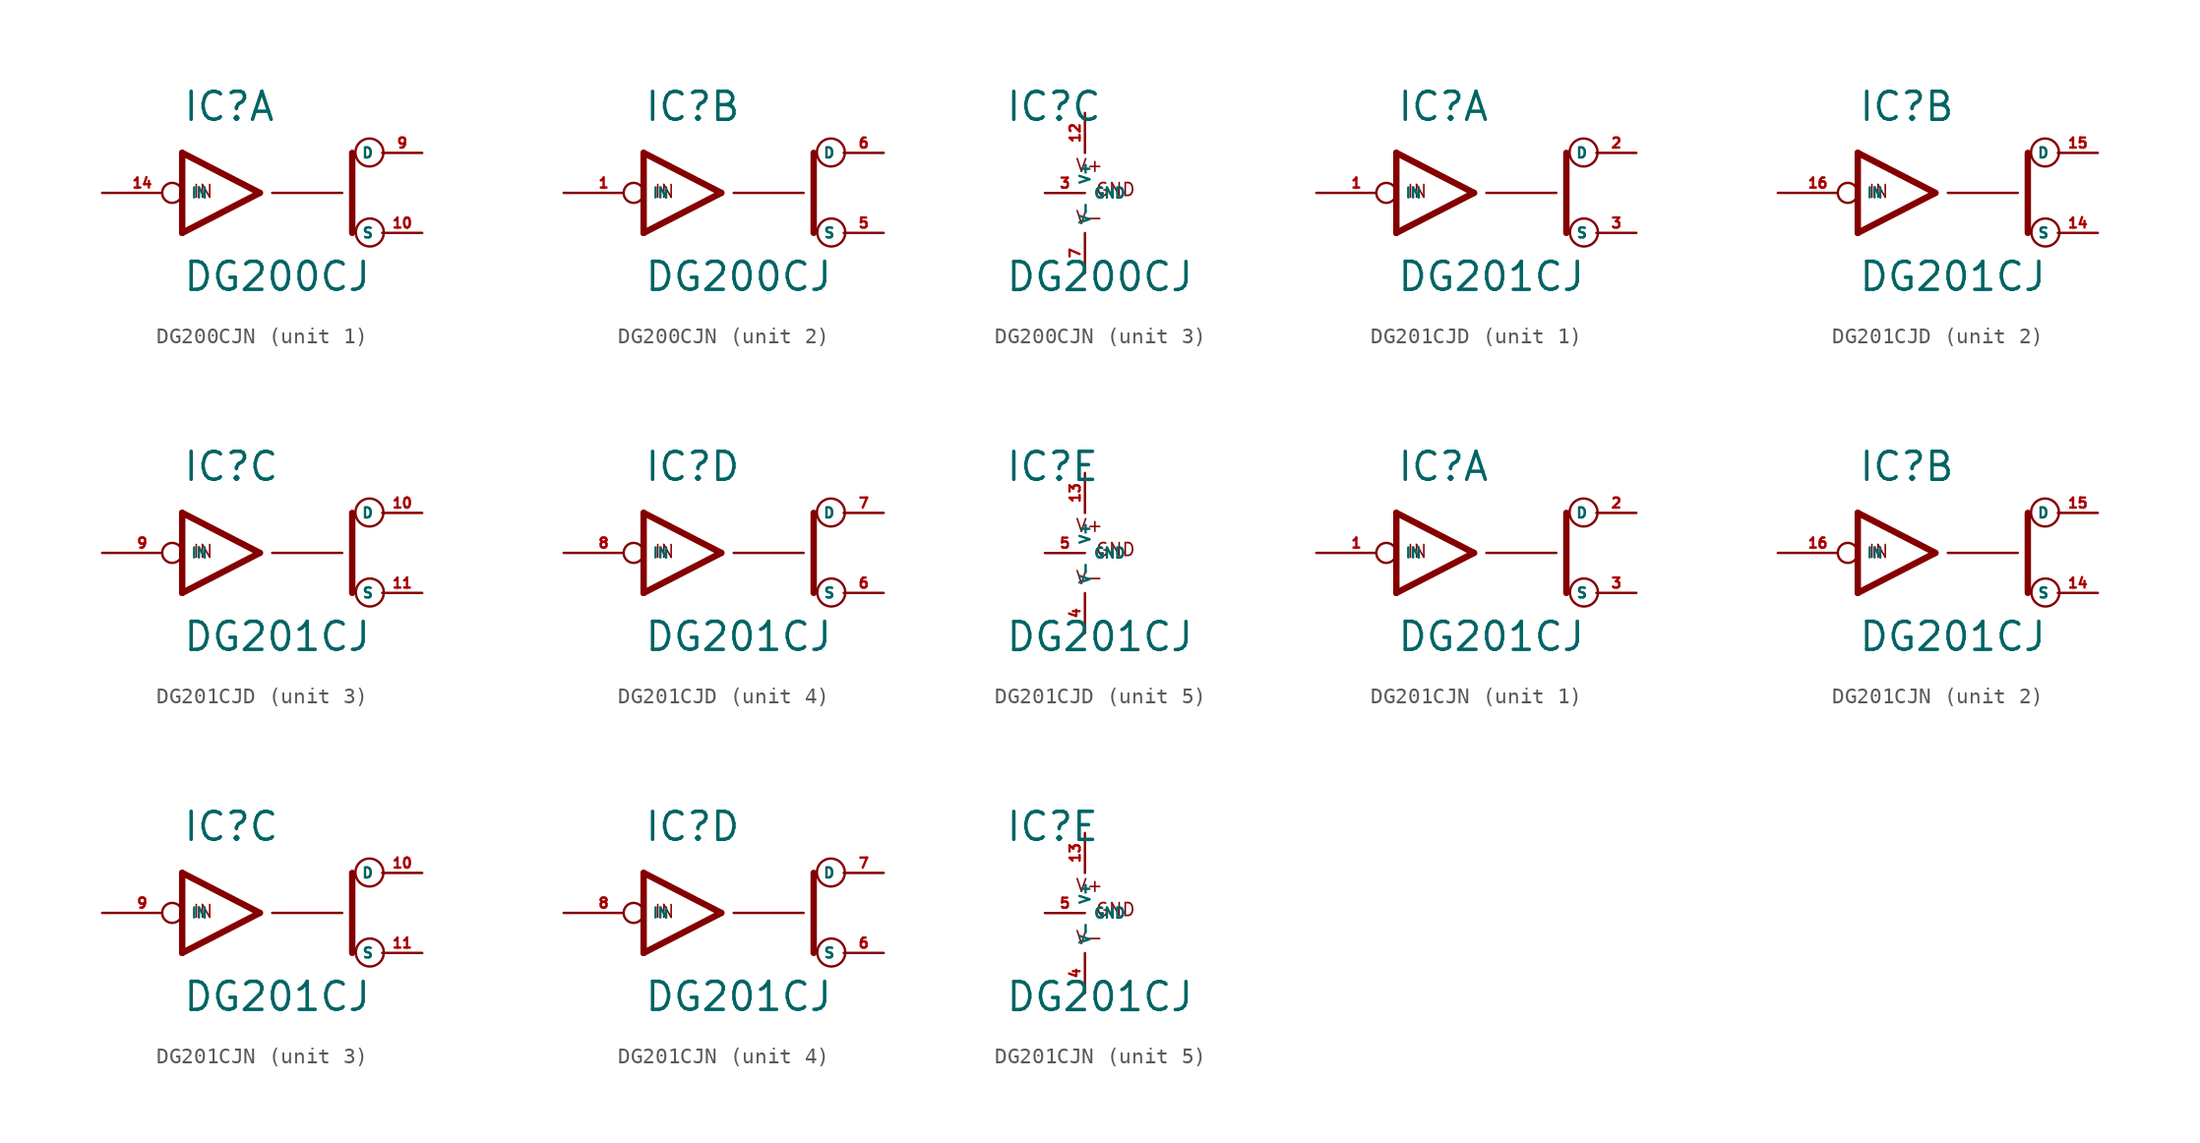
<source format=kicad_sym>
(kicad_symbol_lib
  (version 20220914)
  (generator Eagle2Kicad)
  (symbol "DG200CJN"
    (property "Reference" "IC"
      (at -5.08 4.445 0)
      (effects (font (size 1.778 1.778) (thickness 0.22)) (justify left bottom)))
    (property "Value" "DG200CJ"
      (at -5.08 -6.35 0)
      (effects (font (size 1.778 1.778) (thickness 0.22)) (justify left bottom)))
    (symbol "DG200CJN_1_0"
      (polyline (pts (xy -0.152 0) (xy -5.08 2.54)) (stroke (width 0.406) (type default)) (fill (type none)))
      (polyline (pts (xy -5.08 -2.54) (xy -0.152 0)) (stroke (width 0.406) (type default)) (fill (type none)))
      (polyline (pts (xy -5.08 2.54) (xy -5.08 -2.54)) (stroke (width 0.406) (type default)) (fill (type none)))
      (polyline (pts (xy 5.715 -2.54) (xy 5.715 2.54)) (stroke (width 0.406) (type default)) (fill (type none)))
      (polyline (pts (xy 0.635 0) (xy 5.08 0)) (stroke (width 0.152) (type default)) (fill (type none)))
      (text "IN" (at -4.445 -0.381 0) (effects (font (size 0.813 0.813) (thickness 0.10)) (justify left bottom)))
      (circle (center 6.833 -2.515) (radius 0.889) (stroke (width 0.152) (type default)) (fill (type none)))
      (circle (center 6.807 2.565) (radius 0.889) (stroke (width 0.152) (type default)) (fill (type none)))
      (pin bidirectional line (at 10.16 2.54 180) (length 2.54) (name "D" (effects (font (size 0.635 0.635) (thickness 0.08)) (justify left bottom))) (number "9" (effects (font (size 0.635 0.635) (thickness 0.08)) (justify left bottom))))
      (pin input inverted (at -10.16 0 0) (length 5.08) (name "IN" (effects (font (size 0.635 0.635) (thickness 0.08)) (justify left bottom))) (number "14" (effects (font (size 0.635 0.635) (thickness 0.08)) (justify left bottom))))
      (pin bidirectional line (at 10.16 -2.54 180) (length 2.54) (name "S" (effects (font (size 0.635 0.635) (thickness 0.08)) (justify left bottom))) (number "10" (effects (font (size 0.635 0.635) (thickness 0.08)) (justify left bottom)))))
    (symbol "DG200CJN_2_0"
      (polyline (pts (xy -0.152 0) (xy -5.08 2.54)) (stroke (width 0.406) (type default)) (fill (type none)))
      (polyline (pts (xy -5.08 -2.54) (xy -0.152 0)) (stroke (width 0.406) (type default)) (fill (type none)))
      (polyline (pts (xy -5.08 2.54) (xy -5.08 -2.54)) (stroke (width 0.406) (type default)) (fill (type none)))
      (polyline (pts (xy 5.715 -2.54) (xy 5.715 2.54)) (stroke (width 0.406) (type default)) (fill (type none)))
      (polyline (pts (xy 0.635 0) (xy 5.08 0)) (stroke (width 0.152) (type default)) (fill (type none)))
      (text "IN" (at -4.445 -0.381 0) (effects (font (size 0.813 0.813) (thickness 0.10)) (justify left bottom)))
      (circle (center 6.833 -2.515) (radius 0.889) (stroke (width 0.152) (type default)) (fill (type none)))
      (circle (center 6.807 2.565) (radius 0.889) (stroke (width 0.152) (type default)) (fill (type none)))
      (pin bidirectional line (at 10.16 2.54 180) (length 2.54) (name "D" (effects (font (size 0.635 0.635) (thickness 0.08)) (justify left bottom))) (number "6" (effects (font (size 0.635 0.635) (thickness 0.08)) (justify left bottom))))
      (pin input inverted (at -10.16 0 0) (length 5.08) (name "IN" (effects (font (size 0.635 0.635) (thickness 0.08)) (justify left bottom))) (number "1" (effects (font (size 0.635 0.635) (thickness 0.08)) (justify left bottom))))
      (pin bidirectional line (at 10.16 -2.54 180) (length 2.54) (name "S" (effects (font (size 0.635 0.635) (thickness 0.08)) (justify left bottom))) (number "5" (effects (font (size 0.635 0.635) (thickness 0.08)) (justify left bottom)))))
    (symbol "DG200CJN_3_0"
      (text "V+" (at -0.635 1.27 0) (effects (font (size 0.813 0.813) (thickness 0.10)) (justify left bottom)))
      (text "V-" (at -0.635 -2.032 0) (effects (font (size 0.813 0.813) (thickness 0.10)) (justify left bottom)))
      (text "GND" (at 0.635 -0.254 0) (effects (font (size 0.813 0.813) (thickness 0.10)) (justify left bottom)))
      (pin unspecified line (at 0 5.08 270) (length 2.54) (name "V+" (effects (font (size 0.635 0.635) (thickness 0.08)) (justify left bottom))) (number "12" (effects (font (size 0.635 0.635) (thickness 0.08)) (justify left bottom))))
      (pin unspecified line (at 0 -5.08 90) (length 2.54) (name "V-" (effects (font (size 0.635 0.635) (thickness 0.08)) (justify left bottom))) (number "7" (effects (font (size 0.635 0.635) (thickness 0.08)) (justify left bottom))))
      (pin unspecified line (at -2.54 0 0) (length 2.54) (name "GND" (effects (font (size 0.635 0.635) (thickness 0.08)) (justify left bottom))) (number "3" (effects (font (size 0.635 0.635) (thickness 0.08)) (justify left bottom))))))
  (symbol "DG201CJD"
    (property "Reference" "IC"
      (at -5.08 4.445 0)
      (effects (font (size 1.778 1.778) (thickness 0.22)) (justify left bottom)))
    (property "Value" "DG201CJ"
      (at -5.08 -6.35 0)
      (effects (font (size 1.778 1.778) (thickness 0.22)) (justify left bottom)))
    (symbol "DG201CJD_1_0"
      (polyline (pts (xy -0.152 0) (xy -5.08 2.54)) (stroke (width 0.406) (type default)) (fill (type none)))
      (polyline (pts (xy -5.08 -2.54) (xy -0.152 0)) (stroke (width 0.406) (type default)) (fill (type none)))
      (polyline (pts (xy -5.08 2.54) (xy -5.08 -2.54)) (stroke (width 0.406) (type default)) (fill (type none)))
      (polyline (pts (xy 5.715 -2.54) (xy 5.715 2.54)) (stroke (width 0.406) (type default)) (fill (type none)))
      (polyline (pts (xy 0.635 0) (xy 5.08 0)) (stroke (width 0.152) (type default)) (fill (type none)))
      (text "IN" (at -4.445 -0.381 0) (effects (font (size 0.813 0.813) (thickness 0.10)) (justify left bottom)))
      (circle (center 6.833 -2.515) (radius 0.889) (stroke (width 0.152) (type default)) (fill (type none)))
      (circle (center 6.807 2.565) (radius 0.889) (stroke (width 0.152) (type default)) (fill (type none)))
      (pin bidirectional line (at 10.16 2.54 180) (length 2.54) (name "D" (effects (font (size 0.635 0.635) (thickness 0.08)) (justify left bottom))) (number "2" (effects (font (size 0.635 0.635) (thickness 0.08)) (justify left bottom))))
      (pin input inverted (at -10.16 0 0) (length 5.08) (name "IN" (effects (font (size 0.635 0.635) (thickness 0.08)) (justify left bottom))) (number "1" (effects (font (size 0.635 0.635) (thickness 0.08)) (justify left bottom))))
      (pin bidirectional line (at 10.16 -2.54 180) (length 2.54) (name "S" (effects (font (size 0.635 0.635) (thickness 0.08)) (justify left bottom))) (number "3" (effects (font (size 0.635 0.635) (thickness 0.08)) (justify left bottom)))))
    (symbol "DG201CJD_2_0"
      (polyline (pts (xy -0.152 0) (xy -5.08 2.54)) (stroke (width 0.406) (type default)) (fill (type none)))
      (polyline (pts (xy -5.08 -2.54) (xy -0.152 0)) (stroke (width 0.406) (type default)) (fill (type none)))
      (polyline (pts (xy -5.08 2.54) (xy -5.08 -2.54)) (stroke (width 0.406) (type default)) (fill (type none)))
      (polyline (pts (xy 5.715 -2.54) (xy 5.715 2.54)) (stroke (width 0.406) (type default)) (fill (type none)))
      (polyline (pts (xy 0.635 0) (xy 5.08 0)) (stroke (width 0.152) (type default)) (fill (type none)))
      (text "IN" (at -4.445 -0.381 0) (effects (font (size 0.813 0.813) (thickness 0.10)) (justify left bottom)))
      (circle (center 6.833 -2.515) (radius 0.889) (stroke (width 0.152) (type default)) (fill (type none)))
      (circle (center 6.807 2.565) (radius 0.889) (stroke (width 0.152) (type default)) (fill (type none)))
      (pin bidirectional line (at 10.16 2.54 180) (length 2.54) (name "D" (effects (font (size 0.635 0.635) (thickness 0.08)) (justify left bottom))) (number "15" (effects (font (size 0.635 0.635) (thickness 0.08)) (justify left bottom))))
      (pin input inverted (at -10.16 0 0) (length 5.08) (name "IN" (effects (font (size 0.635 0.635) (thickness 0.08)) (justify left bottom))) (number "16" (effects (font (size 0.635 0.635) (thickness 0.08)) (justify left bottom))))
      (pin bidirectional line (at 10.16 -2.54 180) (length 2.54) (name "S" (effects (font (size 0.635 0.635) (thickness 0.08)) (justify left bottom))) (number "14" (effects (font (size 0.635 0.635) (thickness 0.08)) (justify left bottom)))))
    (symbol "DG201CJD_3_0"
      (polyline (pts (xy -0.152 0) (xy -5.08 2.54)) (stroke (width 0.406) (type default)) (fill (type none)))
      (polyline (pts (xy -5.08 -2.54) (xy -0.152 0)) (stroke (width 0.406) (type default)) (fill (type none)))
      (polyline (pts (xy -5.08 2.54) (xy -5.08 -2.54)) (stroke (width 0.406) (type default)) (fill (type none)))
      (polyline (pts (xy 5.715 -2.54) (xy 5.715 2.54)) (stroke (width 0.406) (type default)) (fill (type none)))
      (polyline (pts (xy 0.635 0) (xy 5.08 0)) (stroke (width 0.152) (type default)) (fill (type none)))
      (text "IN" (at -4.445 -0.381 0) (effects (font (size 0.813 0.813) (thickness 0.10)) (justify left bottom)))
      (circle (center 6.833 -2.515) (radius 0.889) (stroke (width 0.152) (type default)) (fill (type none)))
      (circle (center 6.807 2.565) (radius 0.889) (stroke (width 0.152) (type default)) (fill (type none)))
      (pin bidirectional line (at 10.16 2.54 180) (length 2.54) (name "D" (effects (font (size 0.635 0.635) (thickness 0.08)) (justify left bottom))) (number "10" (effects (font (size 0.635 0.635) (thickness 0.08)) (justify left bottom))))
      (pin input inverted (at -10.16 0 0) (length 5.08) (name "IN" (effects (font (size 0.635 0.635) (thickness 0.08)) (justify left bottom))) (number "9" (effects (font (size 0.635 0.635) (thickness 0.08)) (justify left bottom))))
      (pin bidirectional line (at 10.16 -2.54 180) (length 2.54) (name "S" (effects (font (size 0.635 0.635) (thickness 0.08)) (justify left bottom))) (number "11" (effects (font (size 0.635 0.635) (thickness 0.08)) (justify left bottom)))))
    (symbol "DG201CJD_4_0"
      (polyline (pts (xy -0.152 0) (xy -5.08 2.54)) (stroke (width 0.406) (type default)) (fill (type none)))
      (polyline (pts (xy -5.08 -2.54) (xy -0.152 0)) (stroke (width 0.406) (type default)) (fill (type none)))
      (polyline (pts (xy -5.08 2.54) (xy -5.08 -2.54)) (stroke (width 0.406) (type default)) (fill (type none)))
      (polyline (pts (xy 5.715 -2.54) (xy 5.715 2.54)) (stroke (width 0.406) (type default)) (fill (type none)))
      (polyline (pts (xy 0.635 0) (xy 5.08 0)) (stroke (width 0.152) (type default)) (fill (type none)))
      (text "IN" (at -4.445 -0.381 0) (effects (font (size 0.813 0.813) (thickness 0.10)) (justify left bottom)))
      (circle (center 6.833 -2.515) (radius 0.889) (stroke (width 0.152) (type default)) (fill (type none)))
      (circle (center 6.807 2.565) (radius 0.889) (stroke (width 0.152) (type default)) (fill (type none)))
      (pin bidirectional line (at 10.16 2.54 180) (length 2.54) (name "D" (effects (font (size 0.635 0.635) (thickness 0.08)) (justify left bottom))) (number "7" (effects (font (size 0.635 0.635) (thickness 0.08)) (justify left bottom))))
      (pin input inverted (at -10.16 0 0) (length 5.08) (name "IN" (effects (font (size 0.635 0.635) (thickness 0.08)) (justify left bottom))) (number "8" (effects (font (size 0.635 0.635) (thickness 0.08)) (justify left bottom))))
      (pin bidirectional line (at 10.16 -2.54 180) (length 2.54) (name "S" (effects (font (size 0.635 0.635) (thickness 0.08)) (justify left bottom))) (number "6" (effects (font (size 0.635 0.635) (thickness 0.08)) (justify left bottom)))))
    (symbol "DG201CJD_5_0"
      (text "V+" (at -0.635 1.27 0) (effects (font (size 0.813 0.813) (thickness 0.10)) (justify left bottom)))
      (text "V-" (at -0.635 -2.032 0) (effects (font (size 0.813 0.813) (thickness 0.10)) (justify left bottom)))
      (text "GND" (at 0.635 -0.254 0) (effects (font (size 0.813 0.813) (thickness 0.10)) (justify left bottom)))
      (pin unspecified line (at 0 5.08 270) (length 2.54) (name "V+" (effects (font (size 0.635 0.635) (thickness 0.08)) (justify left bottom))) (number "13" (effects (font (size 0.635 0.635) (thickness 0.08)) (justify left bottom))))
      (pin unspecified line (at 0 -5.08 90) (length 2.54) (name "V-" (effects (font (size 0.635 0.635) (thickness 0.08)) (justify left bottom))) (number "4" (effects (font (size 0.635 0.635) (thickness 0.08)) (justify left bottom))))
      (pin unspecified line (at -2.54 0 0) (length 2.54) (name "GND" (effects (font (size 0.635 0.635) (thickness 0.08)) (justify left bottom))) (number "5" (effects (font (size 0.635 0.635) (thickness 0.08)) (justify left bottom))))))
  (symbol "DG201CJN"
    (property "Reference" "IC"
      (at -5.08 4.445 0)
      (effects (font (size 1.778 1.778) (thickness 0.22)) (justify left bottom)))
    (property "Value" "DG201CJ"
      (at -5.08 -6.35 0)
      (effects (font (size 1.778 1.778) (thickness 0.22)) (justify left bottom)))
    (symbol "DG201CJN_1_0"
      (polyline (pts (xy -0.152 0) (xy -5.08 2.54)) (stroke (width 0.406) (type default)) (fill (type none)))
      (polyline (pts (xy -5.08 -2.54) (xy -0.152 0)) (stroke (width 0.406) (type default)) (fill (type none)))
      (polyline (pts (xy -5.08 2.54) (xy -5.08 -2.54)) (stroke (width 0.406) (type default)) (fill (type none)))
      (polyline (pts (xy 5.715 -2.54) (xy 5.715 2.54)) (stroke (width 0.406) (type default)) (fill (type none)))
      (polyline (pts (xy 0.635 0) (xy 5.08 0)) (stroke (width 0.152) (type default)) (fill (type none)))
      (text "IN" (at -4.445 -0.381 0) (effects (font (size 0.813 0.813) (thickness 0.10)) (justify left bottom)))
      (circle (center 6.833 -2.515) (radius 0.889) (stroke (width 0.152) (type default)) (fill (type none)))
      (circle (center 6.807 2.565) (radius 0.889) (stroke (width 0.152) (type default)) (fill (type none)))
      (pin bidirectional line (at 10.16 2.54 180) (length 2.54) (name "D" (effects (font (size 0.635 0.635) (thickness 0.08)) (justify left bottom))) (number "2" (effects (font (size 0.635 0.635) (thickness 0.08)) (justify left bottom))))
      (pin input inverted (at -10.16 0 0) (length 5.08) (name "IN" (effects (font (size 0.635 0.635) (thickness 0.08)) (justify left bottom))) (number "1" (effects (font (size 0.635 0.635) (thickness 0.08)) (justify left bottom))))
      (pin bidirectional line (at 10.16 -2.54 180) (length 2.54) (name "S" (effects (font (size 0.635 0.635) (thickness 0.08)) (justify left bottom))) (number "3" (effects (font (size 0.635 0.635) (thickness 0.08)) (justify left bottom)))))
    (symbol "DG201CJN_2_0"
      (polyline (pts (xy -0.152 0) (xy -5.08 2.54)) (stroke (width 0.406) (type default)) (fill (type none)))
      (polyline (pts (xy -5.08 -2.54) (xy -0.152 0)) (stroke (width 0.406) (type default)) (fill (type none)))
      (polyline (pts (xy -5.08 2.54) (xy -5.08 -2.54)) (stroke (width 0.406) (type default)) (fill (type none)))
      (polyline (pts (xy 5.715 -2.54) (xy 5.715 2.54)) (stroke (width 0.406) (type default)) (fill (type none)))
      (polyline (pts (xy 0.635 0) (xy 5.08 0)) (stroke (width 0.152) (type default)) (fill (type none)))
      (text "IN" (at -4.445 -0.381 0) (effects (font (size 0.813 0.813) (thickness 0.10)) (justify left bottom)))
      (circle (center 6.833 -2.515) (radius 0.889) (stroke (width 0.152) (type default)) (fill (type none)))
      (circle (center 6.807 2.565) (radius 0.889) (stroke (width 0.152) (type default)) (fill (type none)))
      (pin bidirectional line (at 10.16 2.54 180) (length 2.54) (name "D" (effects (font (size 0.635 0.635) (thickness 0.08)) (justify left bottom))) (number "15" (effects (font (size 0.635 0.635) (thickness 0.08)) (justify left bottom))))
      (pin input inverted (at -10.16 0 0) (length 5.08) (name "IN" (effects (font (size 0.635 0.635) (thickness 0.08)) (justify left bottom))) (number "16" (effects (font (size 0.635 0.635) (thickness 0.08)) (justify left bottom))))
      (pin bidirectional line (at 10.16 -2.54 180) (length 2.54) (name "S" (effects (font (size 0.635 0.635) (thickness 0.08)) (justify left bottom))) (number "14" (effects (font (size 0.635 0.635) (thickness 0.08)) (justify left bottom)))))
    (symbol "DG201CJN_3_0"
      (polyline (pts (xy -0.152 0) (xy -5.08 2.54)) (stroke (width 0.406) (type default)) (fill (type none)))
      (polyline (pts (xy -5.08 -2.54) (xy -0.152 0)) (stroke (width 0.406) (type default)) (fill (type none)))
      (polyline (pts (xy -5.08 2.54) (xy -5.08 -2.54)) (stroke (width 0.406) (type default)) (fill (type none)))
      (polyline (pts (xy 5.715 -2.54) (xy 5.715 2.54)) (stroke (width 0.406) (type default)) (fill (type none)))
      (polyline (pts (xy 0.635 0) (xy 5.08 0)) (stroke (width 0.152) (type default)) (fill (type none)))
      (text "IN" (at -4.445 -0.381 0) (effects (font (size 0.813 0.813) (thickness 0.10)) (justify left bottom)))
      (circle (center 6.833 -2.515) (radius 0.889) (stroke (width 0.152) (type default)) (fill (type none)))
      (circle (center 6.807 2.565) (radius 0.889) (stroke (width 0.152) (type default)) (fill (type none)))
      (pin bidirectional line (at 10.16 2.54 180) (length 2.54) (name "D" (effects (font (size 0.635 0.635) (thickness 0.08)) (justify left bottom))) (number "10" (effects (font (size 0.635 0.635) (thickness 0.08)) (justify left bottom))))
      (pin input inverted (at -10.16 0 0) (length 5.08) (name "IN" (effects (font (size 0.635 0.635) (thickness 0.08)) (justify left bottom))) (number "9" (effects (font (size 0.635 0.635) (thickness 0.08)) (justify left bottom))))
      (pin bidirectional line (at 10.16 -2.54 180) (length 2.54) (name "S" (effects (font (size 0.635 0.635) (thickness 0.08)) (justify left bottom))) (number "11" (effects (font (size 0.635 0.635) (thickness 0.08)) (justify left bottom)))))
    (symbol "DG201CJN_4_0"
      (polyline (pts (xy -0.152 0) (xy -5.08 2.54)) (stroke (width 0.406) (type default)) (fill (type none)))
      (polyline (pts (xy -5.08 -2.54) (xy -0.152 0)) (stroke (width 0.406) (type default)) (fill (type none)))
      (polyline (pts (xy -5.08 2.54) (xy -5.08 -2.54)) (stroke (width 0.406) (type default)) (fill (type none)))
      (polyline (pts (xy 5.715 -2.54) (xy 5.715 2.54)) (stroke (width 0.406) (type default)) (fill (type none)))
      (polyline (pts (xy 0.635 0) (xy 5.08 0)) (stroke (width 0.152) (type default)) (fill (type none)))
      (text "IN" (at -4.445 -0.381 0) (effects (font (size 0.813 0.813) (thickness 0.10)) (justify left bottom)))
      (circle (center 6.833 -2.515) (radius 0.889) (stroke (width 0.152) (type default)) (fill (type none)))
      (circle (center 6.807 2.565) (radius 0.889) (stroke (width 0.152) (type default)) (fill (type none)))
      (pin bidirectional line (at 10.16 2.54 180) (length 2.54) (name "D" (effects (font (size 0.635 0.635) (thickness 0.08)) (justify left bottom))) (number "7" (effects (font (size 0.635 0.635) (thickness 0.08)) (justify left bottom))))
      (pin input inverted (at -10.16 0 0) (length 5.08) (name "IN" (effects (font (size 0.635 0.635) (thickness 0.08)) (justify left bottom))) (number "8" (effects (font (size 0.635 0.635) (thickness 0.08)) (justify left bottom))))
      (pin bidirectional line (at 10.16 -2.54 180) (length 2.54) (name "S" (effects (font (size 0.635 0.635) (thickness 0.08)) (justify left bottom))) (number "6" (effects (font (size 0.635 0.635) (thickness 0.08)) (justify left bottom)))))
    (symbol "DG201CJN_5_0"
      (text "V+" (at -0.635 1.27 0) (effects (font (size 0.813 0.813) (thickness 0.10)) (justify left bottom)))
      (text "V-" (at -0.635 -2.032 0) (effects (font (size 0.813 0.813) (thickness 0.10)) (justify left bottom)))
      (text "GND" (at 0.635 -0.254 0) (effects (font (size 0.813 0.813) (thickness 0.10)) (justify left bottom)))
      (pin unspecified line (at 0 5.08 270) (length 2.54) (name "V+" (effects (font (size 0.635 0.635) (thickness 0.08)) (justify left bottom))) (number "13" (effects (font (size 0.635 0.635) (thickness 0.08)) (justify left bottom))))
      (pin unspecified line (at 0 -5.08 90) (length 2.54) (name "V-" (effects (font (size 0.635 0.635) (thickness 0.08)) (justify left bottom))) (number "4" (effects (font (size 0.635 0.635) (thickness 0.08)) (justify left bottom))))
      (pin unspecified line (at -2.54 0 0) (length 2.54) (name "GND" (effects (font (size 0.635 0.635) (thickness 0.08)) (justify left bottom))) (number "5" (effects (font (size 0.635 0.635) (thickness 0.08)) (justify left bottom)))))))
</source>
